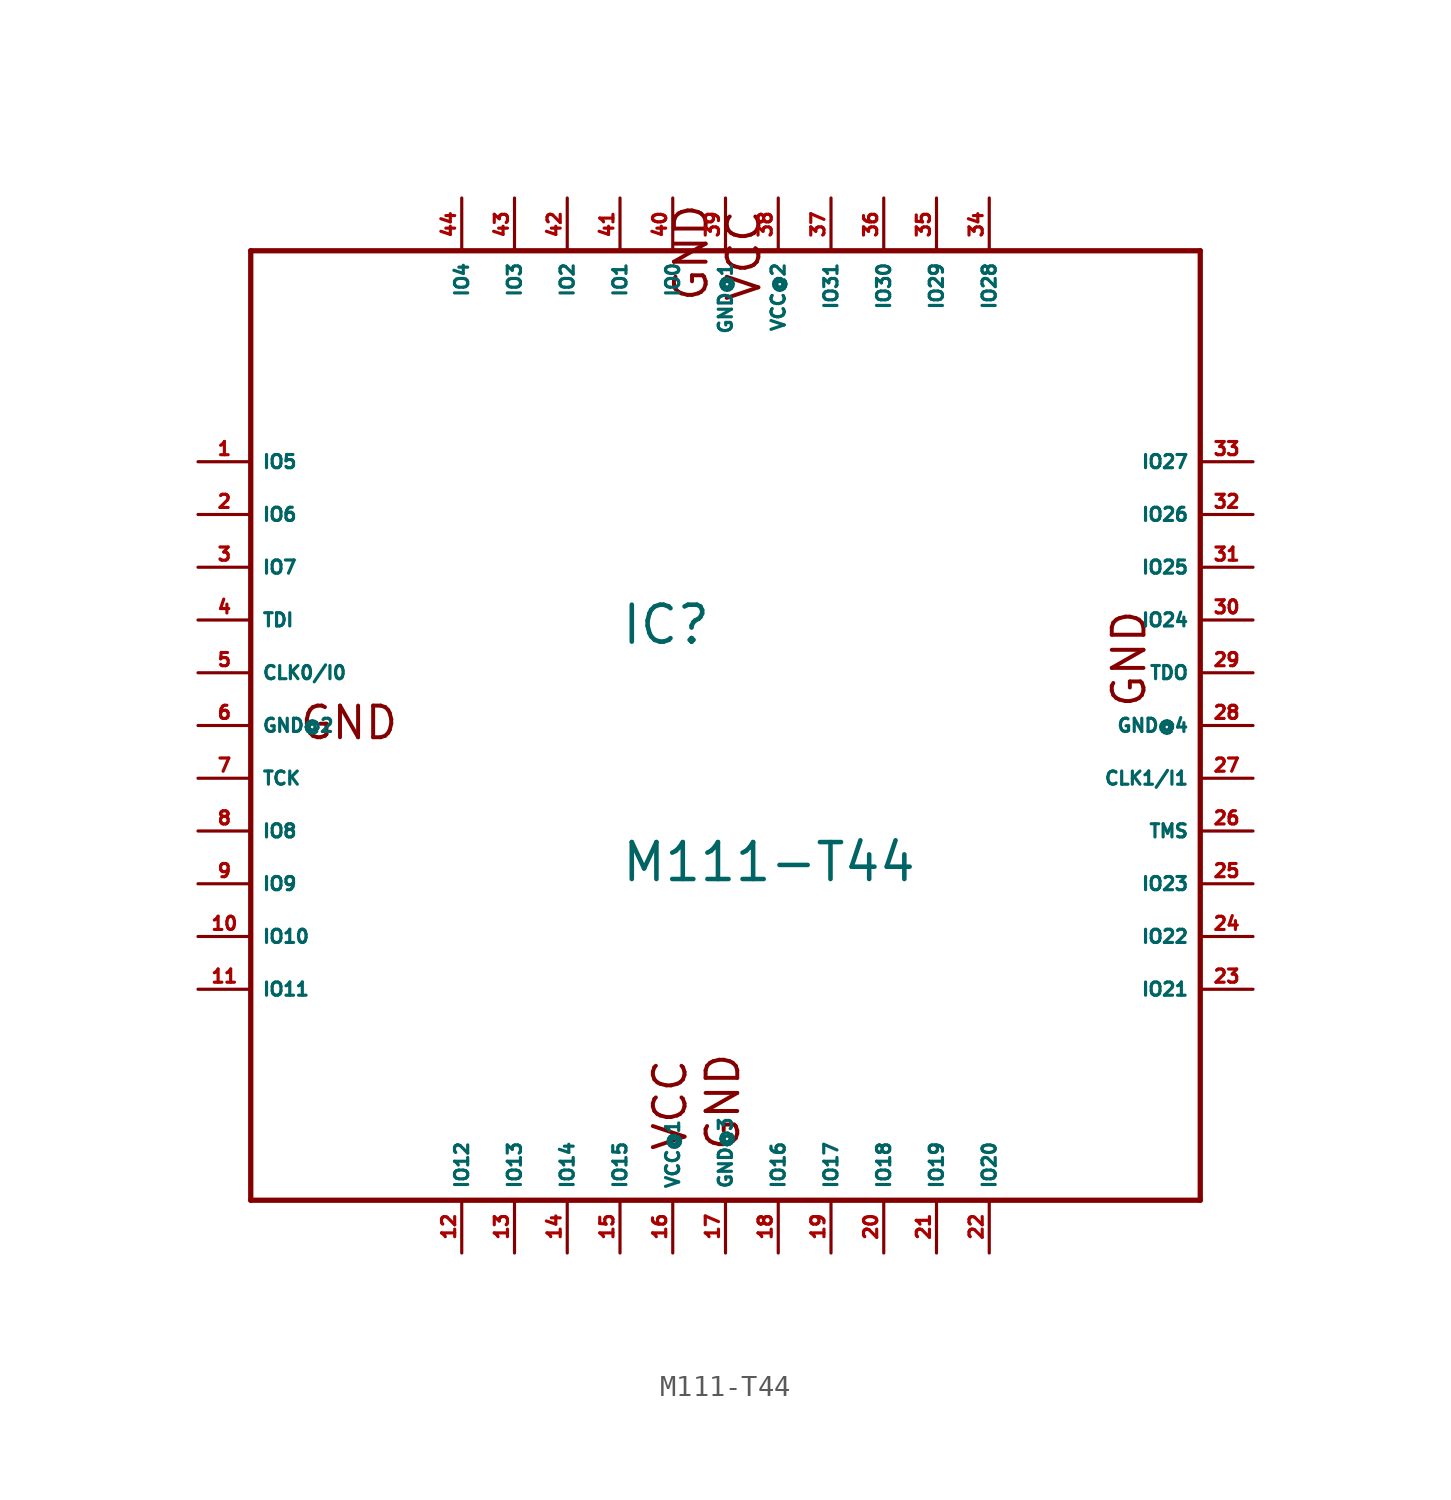
<source format=kicad_sym>
(kicad_symbol_lib
  (version 20220914)
  (generator Eagle2Kicad)
  (symbol "M111-T44"
    (property "Reference" "IC"
      (at -5.08 3.81 0)
      (effects (font (size 1.778 1.778) (thickness 0.22)) (justify left bottom)))
    (property "Value" "M111-T44"
      (at -5.08 -7.62 0)
      (effects (font (size 1.778 1.778) (thickness 0.22)) (justify left bottom)))
    (polyline
      (pts (xy -22.86 22.86) (xy -22.86 -22.86))
      (stroke (width 0.254) (type default))
      (fill (type none)))
    (polyline
      (pts (xy -22.86 -22.86) (xy 22.86 -22.86))
      (stroke (width 0.254) (type default))
      (fill (type none)))
    (polyline
      (pts (xy 22.86 -22.86) (xy 22.86 22.86))
      (stroke (width 0.254) (type default))
      (fill (type none)))
    (polyline
      (pts (xy 22.86 22.86) (xy -22.86 22.86))
      (stroke (width 0.254) (type default))
      (fill (type none)))
    (text "GND"
      (at -20.574 -0.762 0)
      (effects (font (size 1.524 1.524) (thickness 0.19)) (justify left bottom)))
    (text "GND"
      (at 0.762 -20.574 900)
      (effects (font (size 1.524 1.524) (thickness 0.19)) (justify left bottom)))
    (text "GND"
      (at 20.32 0.762 1800)
      (effects (font (size 1.524 1.524) (thickness 0.19)) (justify left bottom)))
    (text "GND"
      (at -0.762 20.32 2700)
      (effects (font (size 1.524 1.524) (thickness 0.19)) (justify left bottom)))
    (text "VCC"
      (at 1.778 20.32 2700)
      (effects (font (size 1.524 1.524) (thickness 0.19)) (justify left bottom)))
    (text "VCC"
      (at -1.778 -20.574 900)
      (effects (font (size 1.524 1.524) (thickness 0.19)) (justify left bottom)))
    (pin input line
      (at -25.4 2.54 0)
      (length 2.54)
      (name "CLK0/I0" (effects (font (size 0.635 0.635) (thickness 0.08)) (justify left bottom)))
      (number "5" (effects (font (size 0.635 0.635) (thickness 0.08)) (justify left bottom))))
    (pin input line
      (at 25.4 -2.54 180)
      (length 2.54)
      (name "CLK1/I1" (effects (font (size 0.635 0.635) (thickness 0.08)) (justify left bottom)))
      (number "27" (effects (font (size 0.635 0.635) (thickness 0.08)) (justify left bottom))))
    (pin input line
      (at -25.4 5.08 0)
      (length 2.54)
      (name "TDI" (effects (font (size 0.635 0.635) (thickness 0.08)) (justify left bottom)))
      (number "4" (effects (font (size 0.635 0.635) (thickness 0.08)) (justify left bottom))))
    (pin input line
      (at -25.4 -2.54 0)
      (length 2.54)
      (name "TCK" (effects (font (size 0.635 0.635) (thickness 0.08)) (justify left bottom)))
      (number "7" (effects (font (size 0.635 0.635) (thickness 0.08)) (justify left bottom))))
    (pin input line
      (at 25.4 -5.08 180)
      (length 2.54)
      (name "TMS" (effects (font (size 0.635 0.635) (thickness 0.08)) (justify left bottom)))
      (number "26" (effects (font (size 0.635 0.635) (thickness 0.08)) (justify left bottom))))
    (pin output line
      (at 25.4 2.54 180)
      (length 2.54)
      (name "TDO" (effects (font (size 0.635 0.635) (thickness 0.08)) (justify left bottom)))
      (number "29" (effects (font (size 0.635 0.635) (thickness 0.08)) (justify left bottom))))
    (pin bidirectional line
      (at -2.54 25.4 270)
      (length 2.54)
      (name "IO0" (effects (font (size 0.635 0.635) (thickness 0.08)) (justify left bottom)))
      (number "40" (effects (font (size 0.635 0.635) (thickness 0.08)) (justify left bottom))))
    (pin bidirectional line
      (at -5.08 25.4 270)
      (length 2.54)
      (name "IO1" (effects (font (size 0.635 0.635) (thickness 0.08)) (justify left bottom)))
      (number "41" (effects (font (size 0.635 0.635) (thickness 0.08)) (justify left bottom))))
    (pin bidirectional line
      (at -7.62 25.4 270)
      (length 2.54)
      (name "IO2" (effects (font (size 0.635 0.635) (thickness 0.08)) (justify left bottom)))
      (number "42" (effects (font (size 0.635 0.635) (thickness 0.08)) (justify left bottom))))
    (pin bidirectional line
      (at -10.16 25.4 270)
      (length 2.54)
      (name "IO3" (effects (font (size 0.635 0.635) (thickness 0.08)) (justify left bottom)))
      (number "43" (effects (font (size 0.635 0.635) (thickness 0.08)) (justify left bottom))))
    (pin bidirectional line
      (at -12.7 25.4 270)
      (length 2.54)
      (name "IO4" (effects (font (size 0.635 0.635) (thickness 0.08)) (justify left bottom)))
      (number "44" (effects (font (size 0.635 0.635) (thickness 0.08)) (justify left bottom))))
    (pin bidirectional line
      (at -25.4 12.7 0)
      (length 2.54)
      (name "IO5" (effects (font (size 0.635 0.635) (thickness 0.08)) (justify left bottom)))
      (number "1" (effects (font (size 0.635 0.635) (thickness 0.08)) (justify left bottom))))
    (pin bidirectional line
      (at -25.4 10.16 0)
      (length 2.54)
      (name "IO6" (effects (font (size 0.635 0.635) (thickness 0.08)) (justify left bottom)))
      (number "2" (effects (font (size 0.635 0.635) (thickness 0.08)) (justify left bottom))))
    (pin bidirectional line
      (at -25.4 7.62 0)
      (length 2.54)
      (name "IO7" (effects (font (size 0.635 0.635) (thickness 0.08)) (justify left bottom)))
      (number "3" (effects (font (size 0.635 0.635) (thickness 0.08)) (justify left bottom))))
    (pin bidirectional line
      (at -25.4 -5.08 0)
      (length 2.54)
      (name "IO8" (effects (font (size 0.635 0.635) (thickness 0.08)) (justify left bottom)))
      (number "8" (effects (font (size 0.635 0.635) (thickness 0.08)) (justify left bottom))))
    (pin bidirectional line
      (at -25.4 -7.62 0)
      (length 2.54)
      (name "IO9" (effects (font (size 0.635 0.635) (thickness 0.08)) (justify left bottom)))
      (number "9" (effects (font (size 0.635 0.635) (thickness 0.08)) (justify left bottom))))
    (pin bidirectional line
      (at -25.4 -10.16 0)
      (length 2.54)
      (name "IO10" (effects (font (size 0.635 0.635) (thickness 0.08)) (justify left bottom)))
      (number "10" (effects (font (size 0.635 0.635) (thickness 0.08)) (justify left bottom))))
    (pin bidirectional line
      (at -25.4 -12.7 0)
      (length 2.54)
      (name "IO11" (effects (font (size 0.635 0.635) (thickness 0.08)) (justify left bottom)))
      (number "11" (effects (font (size 0.635 0.635) (thickness 0.08)) (justify left bottom))))
    (pin bidirectional line
      (at -12.7 -25.4 90)
      (length 2.54)
      (name "IO12" (effects (font (size 0.635 0.635) (thickness 0.08)) (justify left bottom)))
      (number "12" (effects (font (size 0.635 0.635) (thickness 0.08)) (justify left bottom))))
    (pin bidirectional line
      (at -10.16 -25.4 90)
      (length 2.54)
      (name "IO13" (effects (font (size 0.635 0.635) (thickness 0.08)) (justify left bottom)))
      (number "13" (effects (font (size 0.635 0.635) (thickness 0.08)) (justify left bottom))))
    (pin bidirectional line
      (at -7.62 -25.4 90)
      (length 2.54)
      (name "IO14" (effects (font (size 0.635 0.635) (thickness 0.08)) (justify left bottom)))
      (number "14" (effects (font (size 0.635 0.635) (thickness 0.08)) (justify left bottom))))
    (pin bidirectional line
      (at -5.08 -25.4 90)
      (length 2.54)
      (name "IO15" (effects (font (size 0.635 0.635) (thickness 0.08)) (justify left bottom)))
      (number "15" (effects (font (size 0.635 0.635) (thickness 0.08)) (justify left bottom))))
    (pin bidirectional line
      (at 2.54 -25.4 90)
      (length 2.54)
      (name "IO16" (effects (font (size 0.635 0.635) (thickness 0.08)) (justify left bottom)))
      (number "18" (effects (font (size 0.635 0.635) (thickness 0.08)) (justify left bottom))))
    (pin bidirectional line
      (at 5.08 -25.4 90)
      (length 2.54)
      (name "IO17" (effects (font (size 0.635 0.635) (thickness 0.08)) (justify left bottom)))
      (number "19" (effects (font (size 0.635 0.635) (thickness 0.08)) (justify left bottom))))
    (pin bidirectional line
      (at 7.62 -25.4 90)
      (length 2.54)
      (name "IO18" (effects (font (size 0.635 0.635) (thickness 0.08)) (justify left bottom)))
      (number "20" (effects (font (size 0.635 0.635) (thickness 0.08)) (justify left bottom))))
    (pin bidirectional line
      (at 10.16 -25.4 90)
      (length 2.54)
      (name "IO19" (effects (font (size 0.635 0.635) (thickness 0.08)) (justify left bottom)))
      (number "21" (effects (font (size 0.635 0.635) (thickness 0.08)) (justify left bottom))))
    (pin bidirectional line
      (at 12.7 -25.4 90)
      (length 2.54)
      (name "IO20" (effects (font (size 0.635 0.635) (thickness 0.08)) (justify left bottom)))
      (number "22" (effects (font (size 0.635 0.635) (thickness 0.08)) (justify left bottom))))
    (pin bidirectional line
      (at 25.4 -12.7 180)
      (length 2.54)
      (name "IO21" (effects (font (size 0.635 0.635) (thickness 0.08)) (justify left bottom)))
      (number "23" (effects (font (size 0.635 0.635) (thickness 0.08)) (justify left bottom))))
    (pin bidirectional line
      (at 25.4 -10.16 180)
      (length 2.54)
      (name "IO22" (effects (font (size 0.635 0.635) (thickness 0.08)) (justify left bottom)))
      (number "24" (effects (font (size 0.635 0.635) (thickness 0.08)) (justify left bottom))))
    (pin bidirectional line
      (at 25.4 -7.62 180)
      (length 2.54)
      (name "IO23" (effects (font (size 0.635 0.635) (thickness 0.08)) (justify left bottom)))
      (number "25" (effects (font (size 0.635 0.635) (thickness 0.08)) (justify left bottom))))
    (pin bidirectional line
      (at 25.4 5.08 180)
      (length 2.54)
      (name "IO24" (effects (font (size 0.635 0.635) (thickness 0.08)) (justify left bottom)))
      (number "30" (effects (font (size 0.635 0.635) (thickness 0.08)) (justify left bottom))))
    (pin bidirectional line
      (at 25.4 7.62 180)
      (length 2.54)
      (name "IO25" (effects (font (size 0.635 0.635) (thickness 0.08)) (justify left bottom)))
      (number "31" (effects (font (size 0.635 0.635) (thickness 0.08)) (justify left bottom))))
    (pin bidirectional line
      (at 25.4 10.16 180)
      (length 2.54)
      (name "IO26" (effects (font (size 0.635 0.635) (thickness 0.08)) (justify left bottom)))
      (number "32" (effects (font (size 0.635 0.635) (thickness 0.08)) (justify left bottom))))
    (pin bidirectional line
      (at 25.4 12.7 180)
      (length 2.54)
      (name "IO27" (effects (font (size 0.635 0.635) (thickness 0.08)) (justify left bottom)))
      (number "33" (effects (font (size 0.635 0.635) (thickness 0.08)) (justify left bottom))))
    (pin bidirectional line
      (at 12.7 25.4 270)
      (length 2.54)
      (name "IO28" (effects (font (size 0.635 0.635) (thickness 0.08)) (justify left bottom)))
      (number "34" (effects (font (size 0.635 0.635) (thickness 0.08)) (justify left bottom))))
    (pin bidirectional line
      (at 10.16 25.4 270)
      (length 2.54)
      (name "IO29" (effects (font (size 0.635 0.635) (thickness 0.08)) (justify left bottom)))
      (number "35" (effects (font (size 0.635 0.635) (thickness 0.08)) (justify left bottom))))
    (pin bidirectional line
      (at 7.62 25.4 270)
      (length 2.54)
      (name "IO30" (effects (font (size 0.635 0.635) (thickness 0.08)) (justify left bottom)))
      (number "36" (effects (font (size 0.635 0.635) (thickness 0.08)) (justify left bottom))))
    (pin bidirectional line
      (at 5.08 25.4 270)
      (length 2.54)
      (name "IO31" (effects (font (size 0.635 0.635) (thickness 0.08)) (justify left bottom)))
      (number "37" (effects (font (size 0.635 0.635) (thickness 0.08)) (justify left bottom))))
    (pin unspecified line
      (at 0 25.4 270)
      (length 2.54)
      (name "GND@1" (effects (font (size 0.635 0.635) (thickness 0.08)) (justify left bottom)))
      (number "39" (effects (font (size 0.635 0.635) (thickness 0.08)) (justify left bottom))))
    (pin unspecified line
      (at -25.4 0 0)
      (length 2.54)
      (name "GND@2" (effects (font (size 0.635 0.635) (thickness 0.08)) (justify left bottom)))
      (number "6" (effects (font (size 0.635 0.635) (thickness 0.08)) (justify left bottom))))
    (pin unspecified line
      (at 0 -25.4 90)
      (length 2.54)
      (name "GND@3" (effects (font (size 0.635 0.635) (thickness 0.08)) (justify left bottom)))
      (number "17" (effects (font (size 0.635 0.635) (thickness 0.08)) (justify left bottom))))
    (pin unspecified line
      (at 25.4 0 180)
      (length 2.54)
      (name "GND@4" (effects (font (size 0.635 0.635) (thickness 0.08)) (justify left bottom)))
      (number "28" (effects (font (size 0.635 0.635) (thickness 0.08)) (justify left bottom))))
    (pin unspecified line
      (at -2.54 -25.4 90)
      (length 2.54)
      (name "VCC@1" (effects (font (size 0.635 0.635) (thickness 0.08)) (justify left bottom)))
      (number "16" (effects (font (size 0.635 0.635) (thickness 0.08)) (justify left bottom))))
    (pin unspecified line
      (at 2.54 25.4 270)
      (length 2.54)
      (name "VCC@2" (effects (font (size 0.635 0.635) (thickness 0.08)) (justify left bottom)))
      (number "38" (effects (font (size 0.635 0.635) (thickness 0.08)) (justify left bottom))))))
</source>
